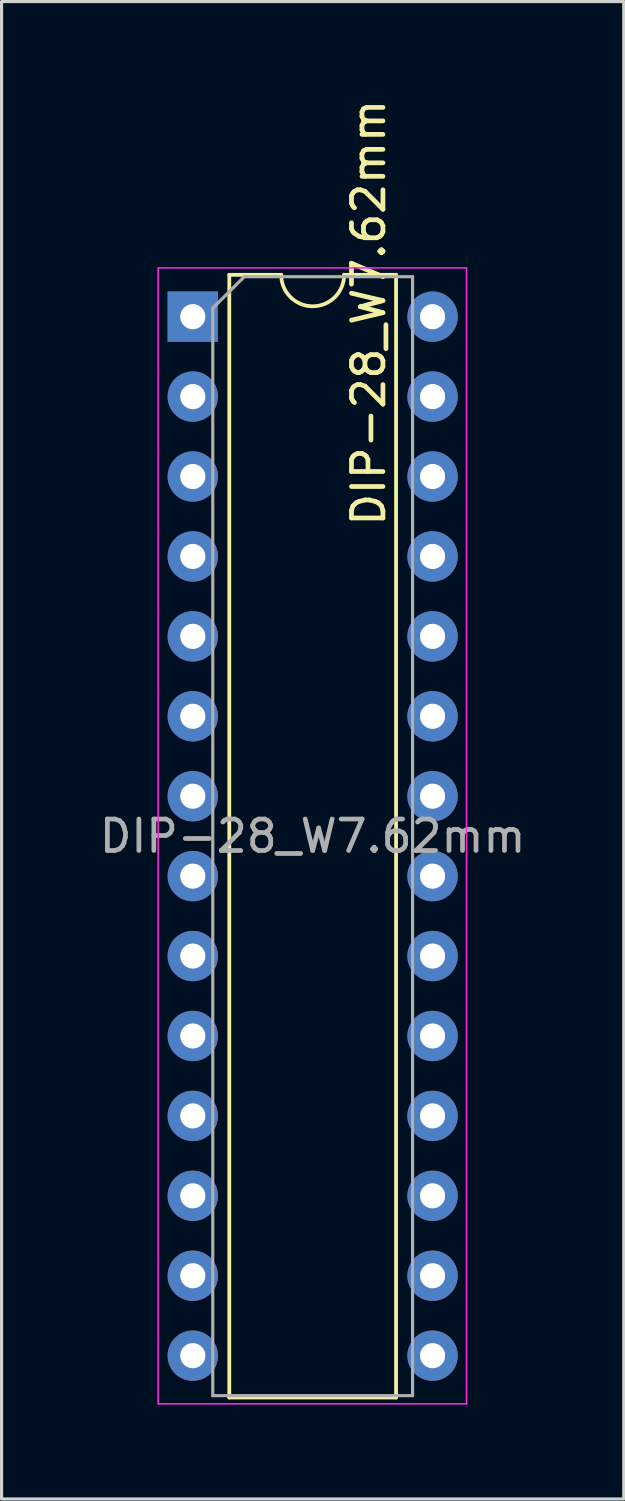
<source format=kicad_pcb>
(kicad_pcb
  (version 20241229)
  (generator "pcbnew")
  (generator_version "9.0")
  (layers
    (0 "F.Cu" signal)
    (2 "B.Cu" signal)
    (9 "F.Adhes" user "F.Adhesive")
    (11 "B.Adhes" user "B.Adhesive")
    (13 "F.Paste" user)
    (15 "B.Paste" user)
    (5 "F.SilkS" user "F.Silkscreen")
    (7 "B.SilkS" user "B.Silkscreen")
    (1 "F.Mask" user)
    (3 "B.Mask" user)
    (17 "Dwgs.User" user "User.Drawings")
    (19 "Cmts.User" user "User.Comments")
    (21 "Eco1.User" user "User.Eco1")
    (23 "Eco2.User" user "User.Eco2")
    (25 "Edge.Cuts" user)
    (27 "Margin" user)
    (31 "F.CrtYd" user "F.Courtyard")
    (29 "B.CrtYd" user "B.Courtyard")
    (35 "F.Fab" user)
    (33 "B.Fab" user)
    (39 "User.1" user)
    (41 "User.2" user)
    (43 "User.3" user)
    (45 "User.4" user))
  (footprint "DIP-28_W7.62mm"
    (layer "F.Cu")
    (at 3.077 7.014)
    (property "Reference" "DIP-28_W7.62mm" (at 5.588 -0.127 90) (layer "F.SilkS") (effects (font (size 1 1) (thickness 0.15))))
    (attr through_hole)
    (fp_line (start 1.16 -1.33) (end 1.16 34.35) (stroke (width 0.12) (type solid)) (layer "F.SilkS"))
    (fp_line (start 1.16 34.35) (end 6.46 34.35) (stroke (width 0.12) (type solid)) (layer "F.SilkS"))
    (fp_line (start 2.81 -1.33) (end 1.16 -1.33) (stroke (width 0.12) (type solid)) (layer "F.SilkS"))
    (fp_line (start 6.46 -1.33) (end 4.81 -1.33) (stroke (width 0.12) (type solid)) (layer "F.SilkS"))
    (fp_line (start 6.46 34.35) (end 6.46 -1.33) (stroke (width 0.12) (type solid)) (layer "F.SilkS"))
    (fp_arc (start 4.81 -1.33) (mid 3.81 -0.33) (end 2.81 -1.33) (stroke (width 0.12) (type solid)) (layer "F.SilkS"))
    (fp_line (start -1.1 -1.55) (end -1.1 34.55) (stroke (width 0.05) (type solid)) (layer "F.CrtYd"))
    (fp_line (start -1.1 34.55) (end 8.7 34.55) (stroke (width 0.05) (type solid)) (layer "F.CrtYd"))
    (fp_line (start 8.7 -1.55) (end -1.1 -1.55) (stroke (width 0.05) (type solid)) (layer "F.CrtYd"))
    (fp_line (start 8.7 34.55) (end 8.7 -1.55) (stroke (width 0.05) (type solid)) (layer "F.CrtYd"))
    (fp_line (start 0.635 -0.27) (end 1.635 -1.27) (stroke (width 0.1) (type solid)) (layer "F.Fab"))
    (fp_line (start 0.635 34.29) (end 0.635 -0.27) (stroke (width 0.1) (type solid)) (layer "F.Fab"))
    (fp_line (start 1.635 -1.27) (end 6.985 -1.27) (stroke (width 0.1) (type solid)) (layer "F.Fab"))
    (fp_line (start 6.985 -1.27) (end 6.985 34.29) (stroke (width 0.1) (type solid)) (layer "F.Fab"))
    (fp_line (start 6.985 34.29) (end 0.635 34.29) (stroke (width 0.1) (type solid)) (layer "F.Fab"))
    (fp_text user "${REFERENCE}" (at 3.81 16.51 0) (layer "F.Fab") (effects (font (size 1 1) (thickness 0.15))))
    (pad "1" thru_hole rect (at 0 0) (size 1.6 1.6) (drill 0.8) (layers "*.Cu" "*.Mask"))
    (pad "2" thru_hole oval (at 0 2.54) (size 1.6 1.6) (drill 0.8) (layers "*.Cu" "*.Mask"))
    (pad "3" thru_hole oval (at 0 5.08) (size 1.6 1.6) (drill 0.8) (layers "*.Cu" "*.Mask"))
    (pad "4" thru_hole oval (at 0 7.62) (size 1.6 1.6) (drill 0.8) (layers "*.Cu" "*.Mask"))
    (pad "5" thru_hole oval (at 0 10.16) (size 1.6 1.6) (drill 0.8) (layers "*.Cu" "*.Mask"))
    (pad "6" thru_hole oval (at 0 12.7) (size 1.6 1.6) (drill 0.8) (layers "*.Cu" "*.Mask"))
    (pad "7" thru_hole oval (at 0 15.24) (size 1.6 1.6) (drill 0.8) (layers "*.Cu" "*.Mask"))
    (pad "8" thru_hole oval (at 0 17.78) (size 1.6 1.6) (drill 0.8) (layers "*.Cu" "*.Mask"))
    (pad "9" thru_hole oval (at 0 20.32) (size 1.6 1.6) (drill 0.8) (layers "*.Cu" "*.Mask"))
    (pad "10" thru_hole oval (at 0 22.86) (size 1.6 1.6) (drill 0.8) (layers "*.Cu" "*.Mask"))
    (pad "11" thru_hole oval (at 0 25.4) (size 1.6 1.6) (drill 0.8) (layers "*.Cu" "*.Mask"))
    (pad "12" thru_hole oval (at 0 27.94) (size 1.6 1.6) (drill 0.8) (layers "*.Cu" "*.Mask"))
    (pad "13" thru_hole oval (at 0 30.48) (size 1.6 1.6) (drill 0.8) (layers "*.Cu" "*.Mask"))
    (pad "14" thru_hole oval (at 0 33.02) (size 1.6 1.6) (drill 0.8) (layers "*.Cu" "*.Mask"))
    (pad "15" thru_hole oval (at 7.62 33.02) (size 1.6 1.6) (drill 0.8) (layers "*.Cu" "*.Mask"))
    (pad "16" thru_hole oval (at 7.62 30.48) (size 1.6 1.6) (drill 0.8) (layers "*.Cu" "*.Mask"))
    (pad "17" thru_hole oval (at 7.62 27.94) (size 1.6 1.6) (drill 0.8) (layers "*.Cu" "*.Mask"))
    (pad "18" thru_hole oval (at 7.62 25.4) (size 1.6 1.6) (drill 0.8) (layers "*.Cu" "*.Mask"))
    (pad "19" thru_hole oval (at 7.62 22.86) (size 1.6 1.6) (drill 0.8) (layers "*.Cu" "*.Mask"))
    (pad "20" thru_hole oval (at 7.62 20.32) (size 1.6 1.6) (drill 0.8) (layers "*.Cu" "*.Mask"))
    (pad "21" thru_hole oval (at 7.62 17.78) (size 1.6 1.6) (drill 0.8) (layers "*.Cu" "*.Mask"))
    (pad "22" thru_hole oval (at 7.62 15.24) (size 1.6 1.6) (drill 0.8) (layers "*.Cu" "*.Mask"))
    (pad "23" thru_hole oval (at 7.62 12.7) (size 1.6 1.6) (drill 0.8) (layers "*.Cu" "*.Mask"))
    (pad "24" thru_hole oval (at 7.62 10.16) (size 1.6 1.6) (drill 0.8) (layers "*.Cu" "*.Mask"))
    (pad "25" thru_hole oval (at 7.62 7.62) (size 1.6 1.6) (drill 0.8) (layers "*.Cu" "*.Mask"))
    (pad "26" thru_hole oval (at 7.62 5.08) (size 1.6 1.6) (drill 0.8) (layers "*.Cu" "*.Mask"))
    (pad "27" thru_hole oval (at 7.62 2.54) (size 1.6 1.6) (drill 0.8) (layers "*.Cu" "*.Mask"))
    (pad "28" thru_hole oval (at 7.62 0) (size 1.6 1.6) (drill 0.8) (layers "*.Cu" "*.Mask")))
  (gr_rect
    (start -3 -3)
    (end 16.774 44.589)
    (stroke (width 0.1) (type default))
    (fill no)
    (layer "Edge.Cuts")))
</source>
